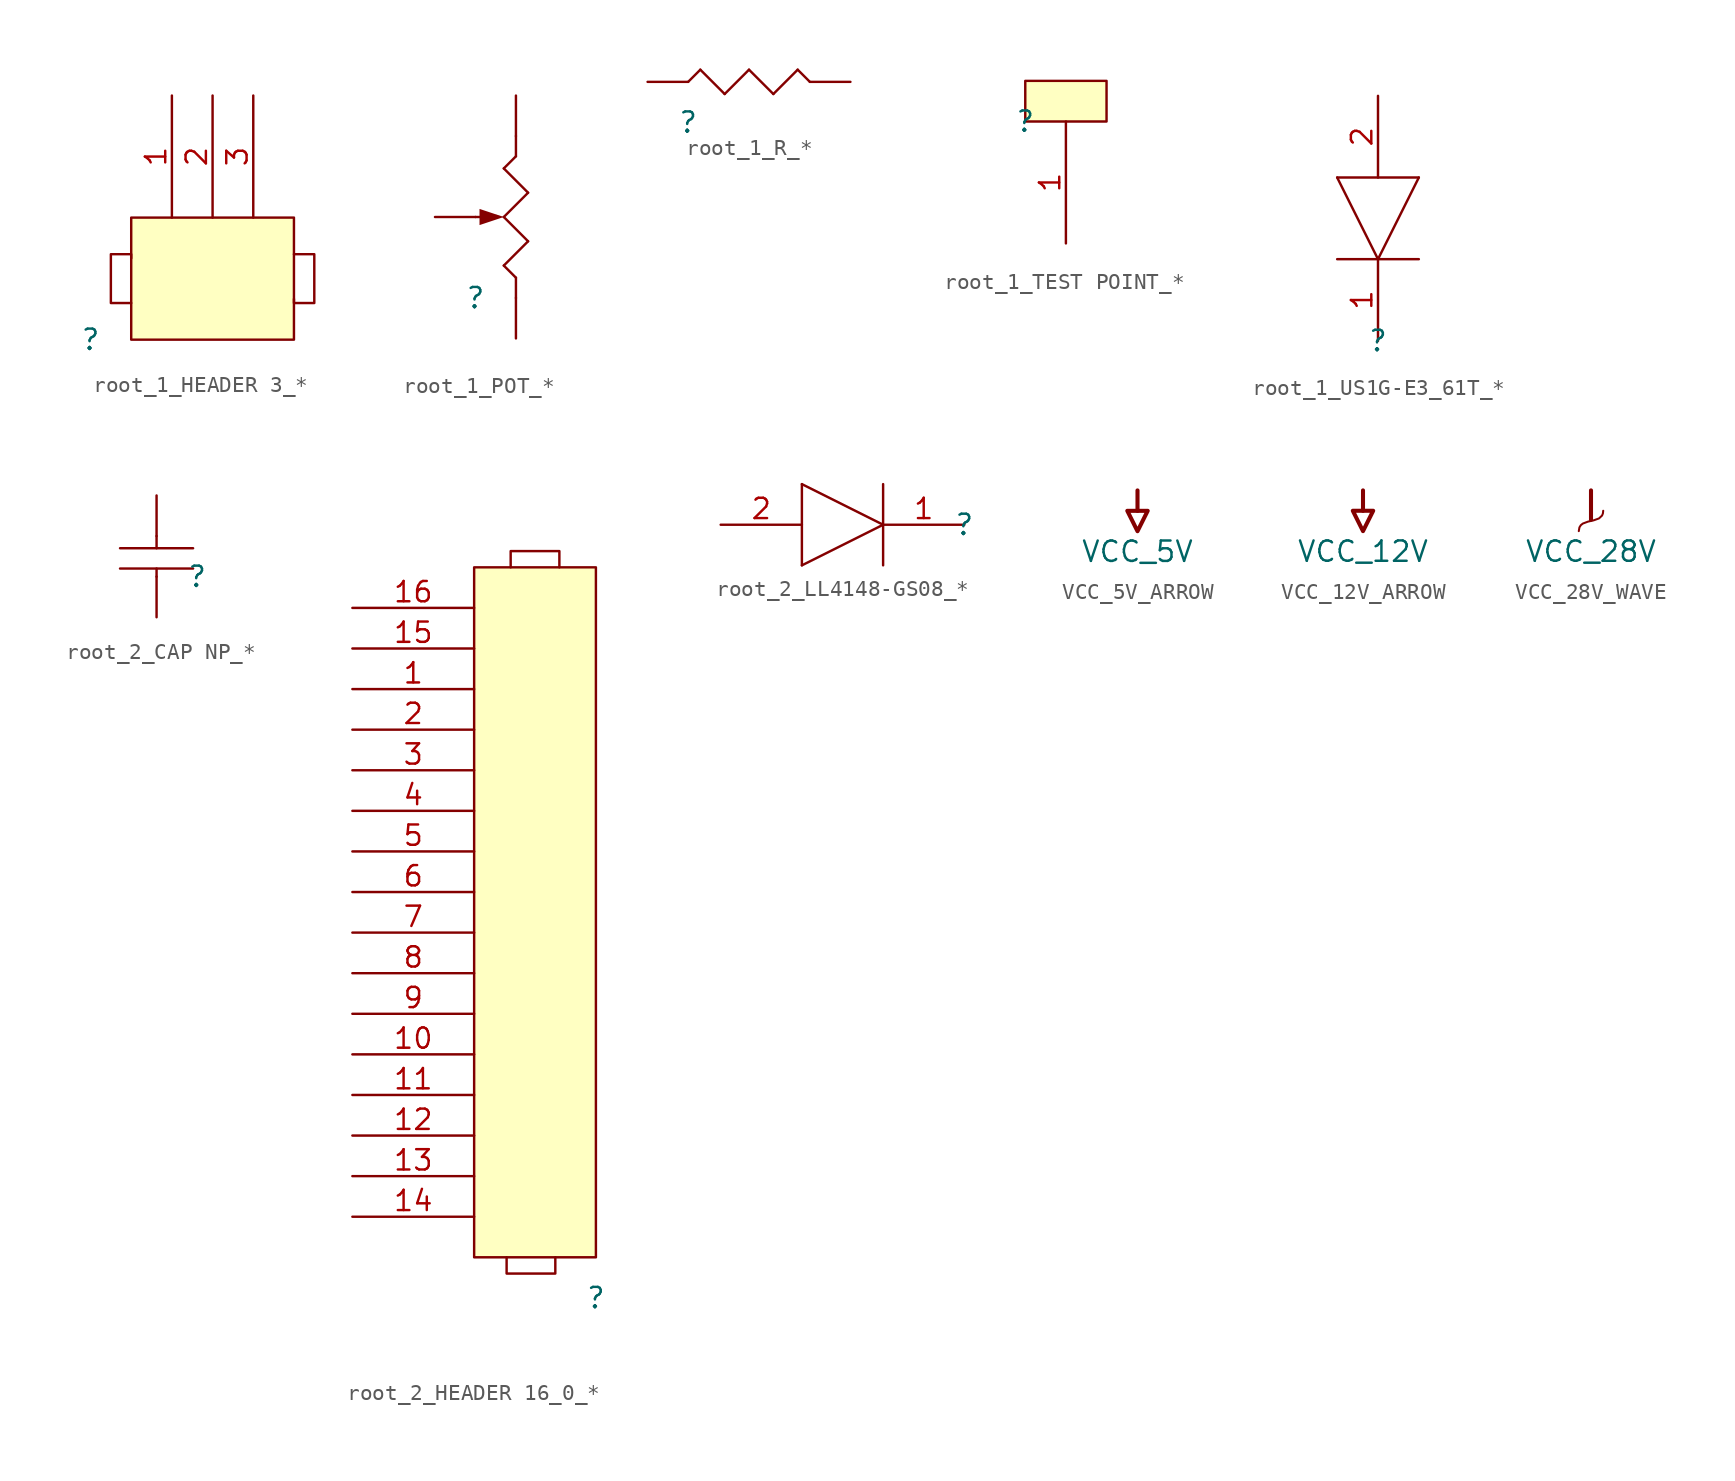
<source format=kicad_sym>
(kicad_symbol_lib
  (version 20241209)
  (generator "kicad_symbol_editor")
  (generator_version "9.0")
  (symbol "root_1_HEADER 3_*"
    (pin_names
      (hide yes))
    (property "Reference" ""
      (at 0 0 0)
      (effects (font (size 1.27 1.27))))
    (property "Value" ""
      (at 0 0 0)
      (effects (font (size 1.27 1.27))))
    (symbol "root_1_HEADER 3_*_1_0"
      (polyline (pts (xy 2.54 5.08) (xy 2.54 5.334) (xy 1.27 5.334) (xy 1.27 2.286) (xy 2.54 2.286)) (stroke (width 0) (type solid)) (fill (type none)))
      (rectangle (start 12.7 7.62) (end 2.54 0) (stroke (width 0) (type solid) (color 128 0 0 1)) (fill (type background)))
      (polyline (pts (xy 12.7 2.54) (xy 12.7 2.286) (xy 13.97 2.286) (xy 13.97 5.334) (xy 12.7 5.334)) (stroke (width 0) (type solid)) (fill (type none)))
      (pin passive line (at 5.08 15.24 270) (length 7.62) (name "1" (effects (font (size 1.27 1.27)))) (number "1" (effects (font (size 1.27 1.27)))))
      (pin passive line (at 7.62 15.24 270) (length 7.62) (name "2" (effects (font (size 1.27 1.27)))) (number "2" (effects (font (size 1.27 1.27)))))
      (pin passive line (at 10.16 15.24 270) (length 7.62) (name "3" (effects (font (size 1.27 1.27)))) (number "3" (effects (font (size 1.27 1.27)))))))
  (symbol "root_1_POT_*"
    (pin_numbers
      (hide yes))
    (pin_names
      (hide yes))
    (property "Reference" ""
      (at 0 0 0)
      (effects (font (size 1.27 1.27))))
    (property "Value" ""
      (at 0 0 0)
      (effects (font (size 1.27 1.27))))
    (symbol "root_1_POT_*_1_0"
      (polyline (pts (xy 0.508 5.08) (xy 0 5.08)) (stroke (width 0) (type solid)) (fill (type none)))
      (polyline (pts (xy 1.778 8.128) (xy 2.54 8.89)) (stroke (width 0) (type solid)) (fill (type none)))
      (polyline (pts (xy 1.778 5.08) (xy 3.302 6.604)) (stroke (width 0) (type solid)) (fill (type none)))
      (polyline (pts (xy 1.778 5.08) (xy 0.254 5.588) (xy 0.254 4.572) (xy 1.778 5.08) (xy 1.778 5.08)) (stroke (width -0.0001) (type solid)) (fill (type outline)))
      (polyline (pts (xy 1.778 2.032) (xy 3.302 3.556)) (stroke (width 0) (type solid)) (fill (type none)))
      (polyline (pts (xy 2.54 8.89) (xy 2.54 10.16)) (stroke (width 0) (type solid)) (fill (type none)))
      (polyline (pts (xy 2.54 1.27) (xy 1.778 2.032)) (stroke (width 0) (type solid)) (fill (type none)))
      (polyline (pts (xy 2.54 0) (xy 2.54 1.27)) (stroke (width 0) (type solid)) (fill (type none)))
      (polyline (pts (xy 3.302 6.604) (xy 1.778 8.128)) (stroke (width 0) (type solid)) (fill (type none)))
      (polyline (pts (xy 3.302 3.556) (xy 1.778 5.08)) (stroke (width 0) (type solid)) (fill (type none)))
      (pin passive line (at -2.54 5.08 0) (length 2.54) (name "WIPER" (effects (font (size 1.27 1.27)))) (number "2" (effects (font (size 1.27 1.27)))))
      (pin passive line (at 2.54 12.7 270) (length 2.54) (name "B" (effects (font (size 1.27 1.27)))) (number "3" (effects (font (size 1.27 1.27)))))
      (pin passive line (at 2.54 -2.54 90) (length 2.54) (name "A" (effects (font (size 1.27 1.27)))) (number "1" (effects (font (size 1.27 1.27)))))))
  (symbol "root_1_R_*"
    (pin_numbers
      (hide yes))
    (pin_names
      (hide yes))
    (property "Reference" ""
      (at 0 0 0)
      (effects (font (size 1.27 1.27))))
    (property "Value" ""
      (at 0 0 0)
      (effects (font (size 1.27 1.27))))
    (symbol "root_1_R_*_1_0"
      (polyline (pts (xy 0 2.54) (xy 0.762 3.302)) (stroke (width 0) (type solid)) (fill (type none)))
      (polyline (pts (xy 0.762 3.302) (xy 2.286 1.778)) (stroke (width 0) (type solid)) (fill (type none)))
      (polyline (pts (xy 2.286 1.778) (xy 3.81 3.302)) (stroke (width 0) (type solid)) (fill (type none)))
      (polyline (pts (xy 3.81 3.302) (xy 5.334 1.778)) (stroke (width 0) (type solid)) (fill (type none)))
      (polyline (pts (xy 5.334 1.778) (xy 6.858 3.302)) (stroke (width 0) (type solid)) (fill (type none)))
      (polyline (pts (xy 6.858 3.302) (xy 7.62 2.54)) (stroke (width 0) (type solid)) (fill (type none)))
      (pin passive line (at -2.54 2.54 0) (length 2.54) (name "1" (effects (font (size 1.27 1.27)))) (number "1" (effects (font (size 1.27 1.27)))))
      (pin passive line (at 10.16 2.54 180) (length 2.54) (name "2" (effects (font (size 1.27 1.27)))) (number "2" (effects (font (size 1.27 1.27)))))))
  (symbol "root_1_TEST POINT_*"
    (pin_names
      (hide yes))
    (property "Reference" ""
      (at 0 0 0)
      (effects (font (size 1.27 1.27))))
    (property "Value" ""
      (at 0 0 0)
      (effects (font (size 1.27 1.27))))
    (symbol "root_1_TEST POINT_*_1_0"
      (rectangle (start 5.08 2.54) (end 0 0) (stroke (width 0) (type solid) (color 128 0 0 1)) (fill (type background)))
      (pin passive line (at 2.54 -7.62 90) (length 7.62) (name "1" (effects (font (size 1.27 1.27)))) (number "1" (effects (font (size 1.27 1.27)))))))
  (symbol "root_1_US1G-E3_61T_*"
    (pin_names
      (hide yes))
    (property "Reference" ""
      (at 0 0 0)
      (effects (font (size 1.27 1.27))))
    (property "Value" ""
      (at 0 0 0)
      (effects (font (size 1.27 1.27))))
    (symbol "root_1_US1G-E3_61T_*_1_0"
      (polyline (pts (xy -2.54 5.08) (xy 2.54 5.08)) (stroke (width 0) (type solid)) (fill (type none)))
      (polyline (pts (xy 0 5.08) (xy -2.54 10.16)) (stroke (width 0) (type solid)) (fill (type none)))
      (polyline (pts (xy 2.54 10.16) (xy -2.54 10.16)) (stroke (width 0) (type solid)) (fill (type none)))
      (polyline (pts (xy 2.54 10.16) (xy 0 5.08)) (stroke (width 0) (type solid)) (fill (type none)))
      (pin passive line (at 0 15.24 270) (length 5.08) (name "A" (effects (font (size 1.27 1.27)))) (number "2" (effects (font (size 1.27 1.27)))))
      (pin passive line (at 0 0 90) (length 5.08) (name "K" (effects (font (size 1.27 1.27)))) (number "1" (effects (font (size 1.27 1.27)))))))
  (symbol "root_2_CAP NP_*"
    (pin_numbers
      (hide yes))
    (pin_names
      (hide yes))
    (property "Reference" ""
      (at 0 0 0)
      (effects (font (size 1.27 1.27))))
    (property "Value" ""
      (at 0 0 0)
      (effects (font (size 1.27 1.27))))
    (symbol "root_2_CAP NP_*_1_0"
      (polyline (pts (xy -2.54 2.54) (xy -2.54 1.778)) (stroke (width 0) (type solid)) (fill (type none)))
      (polyline (pts (xy -2.54 0) (xy -2.54 0.508)) (stroke (width 0) (type solid)) (fill (type none)))
      (polyline (pts (xy -0.254 1.778) (xy -4.826 1.778)) (stroke (width 0) (type solid)) (fill (type none)))
      (polyline (pts (xy -0.254 0.508) (xy -4.826 0.508)) (stroke (width 0) (type solid)) (fill (type none)))
      (pin passive line (at -2.54 5.08 270) (length 2.54) (name "2" (effects (font (size 1.27 1.27)))) (number "2" (effects (font (size 1.27 1.27)))))
      (pin passive line (at -2.54 -2.54 90) (length 2.54) (name "1" (effects (font (size 1.27 1.27)))) (number "1" (effects (font (size 1.27 1.27)))))))
  (symbol "root_2_HEADER 16_0_*"
    (pin_names
      (hide yes))
    (property "Reference" ""
      (at 0 0 0)
      (effects (font (size 1.27 1.27))))
    (property "Value" ""
      (at 0 0 0)
      (effects (font (size 1.27 1.27))))
    (symbol "root_2_HEADER 16_0_*_1_0"
      (polyline (pts (xy -5.588 2.54) (xy -5.588 2.54) (xy -5.588 1.524) (xy -2.54 1.524) (xy -2.54 2.54)) (stroke (width 0) (type solid)) (fill (type none)))
      (polyline (pts (xy -2.286 45.72) (xy -2.286 45.72) (xy -2.286 46.736) (xy -5.334 46.736) (xy -5.334 45.72)) (stroke (width 0) (type solid)) (fill (type none)))
      (rectangle (start 0 45.72) (end -7.62 2.54) (stroke (width 0) (type solid) (color 128 0 0 1)) (fill (type background)))
      (pin passive line (at -15.24 43.18 0) (length 7.62) (name "16" (effects (font (size 1.27 1.27)))) (number "16" (effects (font (size 1.27 1.27)))))
      (pin passive line (at -15.24 40.64 0) (length 7.62) (name "15" (effects (font (size 1.27 1.27)))) (number "15" (effects (font (size 1.27 1.27)))))
      (pin passive line (at -15.24 38.1 0) (length 7.62) (name "1" (effects (font (size 1.27 1.27)))) (number "1" (effects (font (size 1.27 1.27)))))
      (pin passive line (at -15.24 35.56 0) (length 7.62) (name "2" (effects (font (size 1.27 1.27)))) (number "2" (effects (font (size 1.27 1.27)))))
      (pin passive line (at -15.24 33.02 0) (length 7.62) (name "3" (effects (font (size 1.27 1.27)))) (number "3" (effects (font (size 1.27 1.27)))))
      (pin passive line (at -15.24 30.48 0) (length 7.62) (name "4" (effects (font (size 1.27 1.27)))) (number "4" (effects (font (size 1.27 1.27)))))
      (pin passive line (at -15.24 27.94 0) (length 7.62) (name "5" (effects (font (size 1.27 1.27)))) (number "5" (effects (font (size 1.27 1.27)))))
      (pin passive line (at -15.24 25.4 0) (length 7.62) (name "6" (effects (font (size 1.27 1.27)))) (number "6" (effects (font (size 1.27 1.27)))))
      (pin passive line (at -15.24 22.86 0) (length 7.62) (name "7" (effects (font (size 1.27 1.27)))) (number "7" (effects (font (size 1.27 1.27)))))
      (pin passive line (at -15.24 20.32 0) (length 7.62) (name "8" (effects (font (size 1.27 1.27)))) (number "8" (effects (font (size 1.27 1.27)))))
      (pin passive line (at -15.24 17.78 0) (length 7.62) (name "9" (effects (font (size 1.27 1.27)))) (number "9" (effects (font (size 1.27 1.27)))))
      (pin passive line (at -15.24 15.24 0) (length 7.62) (name "10" (effects (font (size 1.27 1.27)))) (number "10" (effects (font (size 1.27 1.27)))))
      (pin passive line (at -15.24 12.7 0) (length 7.62) (name "11" (effects (font (size 1.27 1.27)))) (number "11" (effects (font (size 1.27 1.27)))))
      (pin passive line (at -15.24 10.16 0) (length 7.62) (name "12" (effects (font (size 1.27 1.27)))) (number "12" (effects (font (size 1.27 1.27)))))
      (pin passive line (at -15.24 7.62 0) (length 7.62) (name "13" (effects (font (size 1.27 1.27)))) (number "13" (effects (font (size 1.27 1.27)))))
      (pin passive line (at -15.24 5.08 0) (length 7.62) (name "14" (effects (font (size 1.27 1.27)))) (number "14" (effects (font (size 1.27 1.27)))))))
  (symbol "root_2_LL4148-GS08_*"
    (pin_names
      (hide yes))
    (property "Reference" ""
      (at 0 0 0)
      (effects (font (size 1.27 1.27))))
    (property "Value" ""
      (at 0 0 0)
      (effects (font (size 1.27 1.27))))
    (symbol "root_2_LL4148-GS08_*_1_0"
      (polyline (pts (xy -10.16 2.54) (xy -10.16 -2.54)) (stroke (width 0) (type solid)) (fill (type none)))
      (polyline (pts (xy -10.16 2.54) (xy -5.08 0)) (stroke (width 0) (type solid)) (fill (type none)))
      (polyline (pts (xy -5.08 0) (xy -10.16 -2.54)) (stroke (width 0) (type solid)) (fill (type none)))
      (polyline (pts (xy -5.08 -2.54) (xy -5.08 2.54)) (stroke (width 0) (type solid)) (fill (type none)))
      (pin passive line (at -15.24 0 0) (length 5.08) (name "A" (effects (font (size 1.27 1.27)))) (number "2" (effects (font (size 1.27 1.27)))))
      (pin passive line (at 0 0 180) (length 5.08) (name "K" (effects (font (size 1.27 1.27)))) (number "1" (effects (font (size 1.27 1.27)))))))
  (symbol "VCC_5V_ARROW"
    (power)
    (property "Reference" "#PWR"
      (at 0 0 0)
      (effects (font (size 1.27 1.27)) (hide yes)))
    (property "Value" "VCC_5V"
      (at 0 -3.81 0)
      (effects (font (size 1.27 1.27))))
    (symbol "VCC_5V_ARROW_0_0"
      (polyline (pts (xy -0.635 -1.27) (xy 0.635 -1.27) (xy 0 -2.54) (xy -0.635 -1.27)) (stroke (width 0.254) (type solid)) (fill (type none)))
      (polyline (pts (xy 0 0) (xy 0 -1.27)) (stroke (width 0.254) (type solid)) (fill (type none)))
      (pin power_in line (at 0 0 0) (length 0) (hide yes) (name "VCC_5V" (effects (font (size 1.27 1.27)))) (number "" (effects (font (size 1.27 1.27)))))))
  (symbol "VCC_12V_ARROW"
    (power)
    (property "Reference" "#PWR"
      (at 0 0 0)
      (effects (font (size 1.27 1.27)) (hide yes)))
    (property "Value" "VCC_12V"
      (at 0 -3.81 0)
      (effects (font (size 1.27 1.27))))
    (symbol "VCC_12V_ARROW_0_0"
      (polyline (pts (xy -0.635 -1.27) (xy 0.635 -1.27) (xy 0 -2.54) (xy -0.635 -1.27)) (stroke (width 0.254) (type solid)) (fill (type none)))
      (polyline (pts (xy 0 0) (xy 0 -1.27)) (stroke (width 0.254) (type solid)) (fill (type none)))
      (pin power_in line (at 0 0 0) (length 0) (hide yes) (name "VCC_12V" (effects (font (size 1.27 1.27)))) (number "" (effects (font (size 1.27 1.27)))))))
  (symbol "VCC_28V_WAVE"
    (power)
    (property "Reference" "#PWR"
      (at 0 0 0)
      (effects (font (size 1.27 1.27)) (hide yes)))
    (property "Value" "VCC_28V"
      (at 0 -3.81 0)
      (effects (font (size 1.27 1.27))))
    (symbol "VCC_28V_WAVE_0_0"
      (polyline (pts (xy 0 0) (xy 0 -1.829)) (stroke (width 0.254) (type solid)) (fill (type none)))
      (bezier (pts (xy 0.762 -1.27) (xy 0.762 -2.21) (xy -0.762 -1.6) (xy -0.762 -2.54)) (stroke (width 0.127) (type solid)) (fill (type none)))
      (pin power_in line (at 0 0 0) (length 0) (hide yes) (name "VCC_28V" (effects (font (size 1.27 1.27)))) (number "" (effects (font (size 1.27 1.27))))))))
</source>
